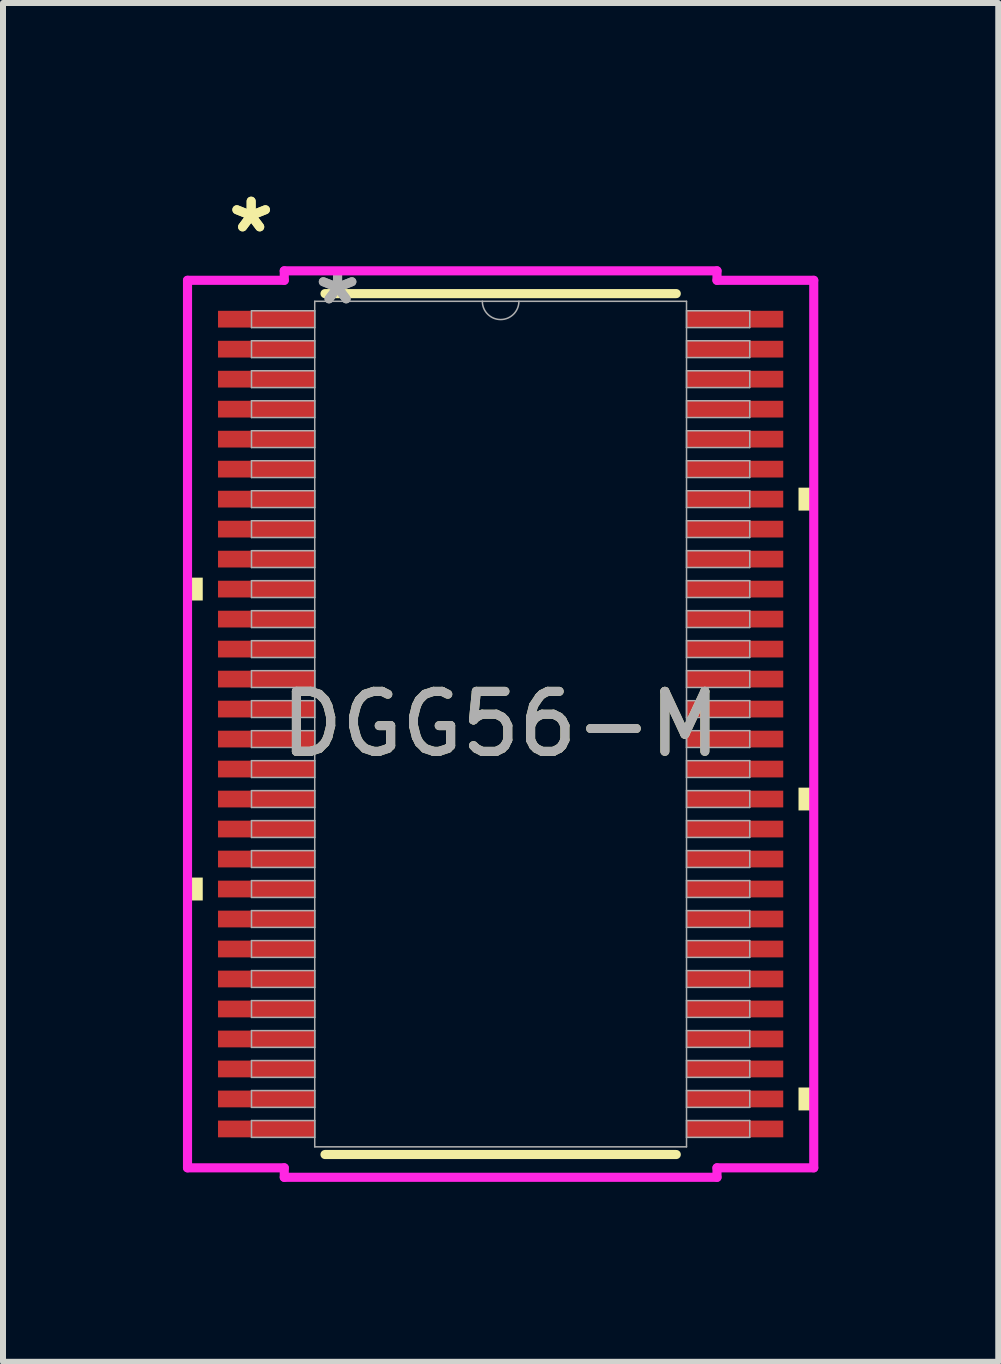
<source format=kicad_pcb>
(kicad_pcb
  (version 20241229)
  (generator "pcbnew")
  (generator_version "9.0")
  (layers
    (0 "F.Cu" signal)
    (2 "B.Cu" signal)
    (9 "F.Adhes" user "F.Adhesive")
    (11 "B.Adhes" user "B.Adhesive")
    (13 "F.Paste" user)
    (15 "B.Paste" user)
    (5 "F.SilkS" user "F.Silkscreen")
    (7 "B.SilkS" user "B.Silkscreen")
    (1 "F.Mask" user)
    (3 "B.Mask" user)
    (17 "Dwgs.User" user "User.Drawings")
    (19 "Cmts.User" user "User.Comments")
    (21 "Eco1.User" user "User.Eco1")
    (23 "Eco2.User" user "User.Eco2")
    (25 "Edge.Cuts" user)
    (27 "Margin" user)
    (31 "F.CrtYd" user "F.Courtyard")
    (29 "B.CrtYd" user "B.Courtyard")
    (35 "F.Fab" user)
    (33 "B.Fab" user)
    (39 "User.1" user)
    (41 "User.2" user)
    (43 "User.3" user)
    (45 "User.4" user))
  (footprint "DGG56-M"
    (layer "F.Cu")
    (at 5.296 9.021)
    (property "Reference" "DGG56-M" (at 0 0 0) (unlocked yes) (layer "F.SilkS") (effects (font (size 1 1) (thickness 0.15))))
    (attr smd)
    (fp_line (start -2.928 7.176) (end 2.928 7.176) (stroke (width 0.152) (type solid)) (layer "F.SilkS"))
    (fp_line (start 2.928 -7.176) (end -2.928 -7.176) (stroke (width 0.152) (type solid)) (layer "F.SilkS"))
    (fp_poly (pts (xy -5.22 -2.441) (xy -5.22 -2.06) (xy -4.966 -2.06) (xy -4.966 -2.441)) (stroke (width 0) (type solid)) (fill yes) (layer "F.SilkS"))
    (fp_poly (pts (xy -5.22 2.559) (xy -5.22 2.941) (xy -4.966 2.941) (xy -4.966 2.559)) (stroke (width 0) (type solid)) (fill yes) (layer "F.SilkS"))
    (fp_poly (pts (xy 5.22 -3.941) (xy 5.22 -3.559) (xy 4.966 -3.559) (xy 4.966 -3.941)) (stroke (width 0) (type solid)) (fill yes) (layer "F.SilkS"))
    (fp_poly (pts (xy 5.22 1.06) (xy 5.22 1.44) (xy 4.966 1.44) (xy 4.966 1.06)) (stroke (width 0) (type solid)) (fill yes) (layer "F.SilkS"))
    (fp_poly (pts (xy 5.22 6.059) (xy 5.22 6.441) (xy 4.966 6.441) (xy 4.966 6.059)) (stroke (width 0) (type solid)) (fill yes) (layer "F.SilkS"))
    (fp_line (start -5.22 -7.398) (end -3.607 -7.398) (stroke (width 0.152) (type solid)) (layer "F.CrtYd"))
    (fp_line (start -5.22 7.398) (end -5.22 -7.398) (stroke (width 0.152) (type solid)) (layer "F.CrtYd"))
    (fp_line (start -5.22 7.398) (end -3.607 7.398) (stroke (width 0.152) (type solid)) (layer "F.CrtYd"))
    (fp_line (start -3.607 -7.556) (end 3.607 -7.556) (stroke (width 0.152) (type solid)) (layer "F.CrtYd"))
    (fp_line (start -3.607 -7.398) (end -3.607 -7.556) (stroke (width 0.152) (type solid)) (layer "F.CrtYd"))
    (fp_line (start -3.607 7.556) (end -3.607 7.398) (stroke (width 0.152) (type solid)) (layer "F.CrtYd"))
    (fp_line (start 3.607 -7.556) (end 3.607 -7.398) (stroke (width 0.152) (type solid)) (layer "F.CrtYd"))
    (fp_line (start 3.607 7.398) (end 3.607 7.556) (stroke (width 0.152) (type solid)) (layer "F.CrtYd"))
    (fp_line (start 3.607 7.556) (end -3.607 7.556) (stroke (width 0.152) (type solid)) (layer "F.CrtYd"))
    (fp_line (start 5.22 -7.398) (end 3.607 -7.398) (stroke (width 0.152) (type solid)) (layer "F.CrtYd"))
    (fp_line (start 5.22 -7.398) (end 5.22 7.398) (stroke (width 0.152) (type solid)) (layer "F.CrtYd"))
    (fp_line (start 5.22 7.398) (end 3.607 7.398) (stroke (width 0.152) (type solid)) (layer "F.CrtYd"))
    (fp_line (start -4.153 -6.89) (end -4.153 -6.61) (stroke (width 0.025) (type solid)) (layer "F.Fab"))
    (fp_line (start -4.153 -6.61) (end -3.099 -6.61) (stroke (width 0.025) (type solid)) (layer "F.Fab"))
    (fp_line (start -4.153 -6.39) (end -4.153 -6.11) (stroke (width 0.025) (type solid)) (layer "F.Fab"))
    (fp_line (start -4.153 -6.11) (end -3.099 -6.11) (stroke (width 0.025) (type solid)) (layer "F.Fab"))
    (fp_line (start -4.153 -5.89) (end -4.153 -5.61) (stroke (width 0.025) (type solid)) (layer "F.Fab"))
    (fp_line (start -4.153 -5.61) (end -3.099 -5.61) (stroke (width 0.025) (type solid)) (layer "F.Fab"))
    (fp_line (start -4.153 -5.39) (end -4.153 -5.11) (stroke (width 0.025) (type solid)) (layer "F.Fab"))
    (fp_line (start -4.153 -5.11) (end -3.099 -5.11) (stroke (width 0.025) (type solid)) (layer "F.Fab"))
    (fp_line (start -4.153 -4.89) (end -4.153 -4.61) (stroke (width 0.025) (type solid)) (layer "F.Fab"))
    (fp_line (start -4.153 -4.61) (end -3.099 -4.61) (stroke (width 0.025) (type solid)) (layer "F.Fab"))
    (fp_line (start -4.153 -4.39) (end -4.153 -4.11) (stroke (width 0.025) (type solid)) (layer "F.Fab"))
    (fp_line (start -4.153 -4.11) (end -3.099 -4.11) (stroke (width 0.025) (type solid)) (layer "F.Fab"))
    (fp_line (start -4.153 -3.89) (end -4.153 -3.61) (stroke (width 0.025) (type solid)) (layer "F.Fab"))
    (fp_line (start -4.153 -3.61) (end -3.099 -3.61) (stroke (width 0.025) (type solid)) (layer "F.Fab"))
    (fp_line (start -4.153 -3.39) (end -4.153 -3.11) (stroke (width 0.025) (type solid)) (layer "F.Fab"))
    (fp_line (start -4.153 -3.11) (end -3.099 -3.11) (stroke (width 0.025) (type solid)) (layer "F.Fab"))
    (fp_line (start -4.153 -2.89) (end -4.153 -2.61) (stroke (width 0.025) (type solid)) (layer "F.Fab"))
    (fp_line (start -4.153 -2.61) (end -3.099 -2.61) (stroke (width 0.025) (type solid)) (layer "F.Fab"))
    (fp_line (start -4.153 -2.39) (end -4.153 -2.11) (stroke (width 0.025) (type solid)) (layer "F.Fab"))
    (fp_line (start -4.153 -2.11) (end -3.099 -2.11) (stroke (width 0.025) (type solid)) (layer "F.Fab"))
    (fp_line (start -4.153 -1.89) (end -4.153 -1.61) (stroke (width 0.025) (type solid)) (layer "F.Fab"))
    (fp_line (start -4.153 -1.61) (end -3.099 -1.61) (stroke (width 0.025) (type solid)) (layer "F.Fab"))
    (fp_line (start -4.153 -1.39) (end -4.153 -1.11) (stroke (width 0.025) (type solid)) (layer "F.Fab"))
    (fp_line (start -4.153 -1.11) (end -3.099 -1.11) (stroke (width 0.025) (type solid)) (layer "F.Fab"))
    (fp_line (start -4.153 -0.89) (end -4.153 -0.61) (stroke (width 0.025) (type solid)) (layer "F.Fab"))
    (fp_line (start -4.153 -0.61) (end -3.099 -0.61) (stroke (width 0.025) (type solid)) (layer "F.Fab"))
    (fp_line (start -4.153 -0.39) (end -4.153 -0.11) (stroke (width 0.025) (type solid)) (layer "F.Fab"))
    (fp_line (start -4.153 -0.11) (end -3.099 -0.11) (stroke (width 0.025) (type solid)) (layer "F.Fab"))
    (fp_line (start -4.153 0.11) (end -4.153 0.39) (stroke (width 0.025) (type solid)) (layer "F.Fab"))
    (fp_line (start -4.153 0.39) (end -3.099 0.39) (stroke (width 0.025) (type solid)) (layer "F.Fab"))
    (fp_line (start -4.153 0.61) (end -4.153 0.89) (stroke (width 0.025) (type solid)) (layer "F.Fab"))
    (fp_line (start -4.153 0.89) (end -3.099 0.89) (stroke (width 0.025) (type solid)) (layer "F.Fab"))
    (fp_line (start -4.153 1.11) (end -4.153 1.39) (stroke (width 0.025) (type solid)) (layer "F.Fab"))
    (fp_line (start -4.153 1.39) (end -3.099 1.39) (stroke (width 0.025) (type solid)) (layer "F.Fab"))
    (fp_line (start -4.153 1.61) (end -4.153 1.89) (stroke (width 0.025) (type solid)) (layer "F.Fab"))
    (fp_line (start -4.153 1.89) (end -3.099 1.89) (stroke (width 0.025) (type solid)) (layer "F.Fab"))
    (fp_line (start -4.153 2.11) (end -4.153 2.39) (stroke (width 0.025) (type solid)) (layer "F.Fab"))
    (fp_line (start -4.153 2.39) (end -3.099 2.39) (stroke (width 0.025) (type solid)) (layer "F.Fab"))
    (fp_line (start -4.153 2.61) (end -4.153 2.89) (stroke (width 0.025) (type solid)) (layer "F.Fab"))
    (fp_line (start -4.153 2.89) (end -3.099 2.89) (stroke (width 0.025) (type solid)) (layer "F.Fab"))
    (fp_line (start -4.153 3.11) (end -4.153 3.39) (stroke (width 0.025) (type solid)) (layer "F.Fab"))
    (fp_line (start -4.153 3.39) (end -3.099 3.39) (stroke (width 0.025) (type solid)) (layer "F.Fab"))
    (fp_line (start -4.153 3.61) (end -4.153 3.89) (stroke (width 0.025) (type solid)) (layer "F.Fab"))
    (fp_line (start -4.153 3.89) (end -3.099 3.89) (stroke (width 0.025) (type solid)) (layer "F.Fab"))
    (fp_line (start -4.153 4.11) (end -4.153 4.39) (stroke (width 0.025) (type solid)) (layer "F.Fab"))
    (fp_line (start -4.153 4.39) (end -3.099 4.39) (stroke (width 0.025) (type solid)) (layer "F.Fab"))
    (fp_line (start -4.153 4.61) (end -4.153 4.89) (stroke (width 0.025) (type solid)) (layer "F.Fab"))
    (fp_line (start -4.153 4.89) (end -3.099 4.89) (stroke (width 0.025) (type solid)) (layer "F.Fab"))
    (fp_line (start -4.153 5.11) (end -4.153 5.39) (stroke (width 0.025) (type solid)) (layer "F.Fab"))
    (fp_line (start -4.153 5.39) (end -3.099 5.39) (stroke (width 0.025) (type solid)) (layer "F.Fab"))
    (fp_line (start -4.153 5.61) (end -4.153 5.89) (stroke (width 0.025) (type solid)) (layer "F.Fab"))
    (fp_line (start -4.153 5.89) (end -3.099 5.89) (stroke (width 0.025) (type solid)) (layer "F.Fab"))
    (fp_line (start -4.153 6.11) (end -4.153 6.39) (stroke (width 0.025) (type solid)) (layer "F.Fab"))
    (fp_line (start -4.153 6.39) (end -3.099 6.39) (stroke (width 0.025) (type solid)) (layer "F.Fab"))
    (fp_line (start -4.153 6.61) (end -4.153 6.89) (stroke (width 0.025) (type solid)) (layer "F.Fab"))
    (fp_line (start -4.153 6.89) (end -3.099 6.89) (stroke (width 0.025) (type solid)) (layer "F.Fab"))
    (fp_line (start -3.099 -7.048) (end -3.099 7.048) (stroke (width 0.025) (type solid)) (layer "F.Fab"))
    (fp_line (start -3.099 -6.89) (end -4.153 -6.89) (stroke (width 0.025) (type solid)) (layer "F.Fab"))
    (fp_line (start -3.099 -6.61) (end -3.099 -6.89) (stroke (width 0.025) (type solid)) (layer "F.Fab"))
    (fp_line (start -3.099 -6.39) (end -4.153 -6.39) (stroke (width 0.025) (type solid)) (layer "F.Fab"))
    (fp_line (start -3.099 -6.11) (end -3.099 -6.39) (stroke (width 0.025) (type solid)) (layer "F.Fab"))
    (fp_line (start -3.099 -5.89) (end -4.153 -5.89) (stroke (width 0.025) (type solid)) (layer "F.Fab"))
    (fp_line (start -3.099 -5.61) (end -3.099 -5.89) (stroke (width 0.025) (type solid)) (layer "F.Fab"))
    (fp_line (start -3.099 -5.39) (end -4.153 -5.39) (stroke (width 0.025) (type solid)) (layer "F.Fab"))
    (fp_line (start -3.099 -5.11) (end -3.099 -5.39) (stroke (width 0.025) (type solid)) (layer "F.Fab"))
    (fp_line (start -3.099 -4.89) (end -4.153 -4.89) (stroke (width 0.025) (type solid)) (layer "F.Fab"))
    (fp_line (start -3.099 -4.61) (end -3.099 -4.89) (stroke (width 0.025) (type solid)) (layer "F.Fab"))
    (fp_line (start -3.099 -4.39) (end -4.153 -4.39) (stroke (width 0.025) (type solid)) (layer "F.Fab"))
    (fp_line (start -3.099 -4.11) (end -3.099 -4.39) (stroke (width 0.025) (type solid)) (layer "F.Fab"))
    (fp_line (start -3.099 -3.89) (end -4.153 -3.89) (stroke (width 0.025) (type solid)) (layer "F.Fab"))
    (fp_line (start -3.099 -3.61) (end -3.099 -3.89) (stroke (width 0.025) (type solid)) (layer "F.Fab"))
    (fp_line (start -3.099 -3.39) (end -4.153 -3.39) (stroke (width 0.025) (type solid)) (layer "F.Fab"))
    (fp_line (start -3.099 -3.11) (end -3.099 -3.39) (stroke (width 0.025) (type solid)) (layer "F.Fab"))
    (fp_line (start -3.099 -2.89) (end -4.153 -2.89) (stroke (width 0.025) (type solid)) (layer "F.Fab"))
    (fp_line (start -3.099 -2.61) (end -3.099 -2.89) (stroke (width 0.025) (type solid)) (layer "F.Fab"))
    (fp_line (start -3.099 -2.39) (end -4.153 -2.39) (stroke (width 0.025) (type solid)) (layer "F.Fab"))
    (fp_line (start -3.099 -2.11) (end -3.099 -2.39) (stroke (width 0.025) (type solid)) (layer "F.Fab"))
    (fp_line (start -3.099 -1.89) (end -4.153 -1.89) (stroke (width 0.025) (type solid)) (layer "F.Fab"))
    (fp_line (start -3.099 -1.61) (end -3.099 -1.89) (stroke (width 0.025) (type solid)) (layer "F.Fab"))
    (fp_line (start -3.099 -1.39) (end -4.153 -1.39) (stroke (width 0.025) (type solid)) (layer "F.Fab"))
    (fp_line (start -3.099 -1.11) (end -3.099 -1.39) (stroke (width 0.025) (type solid)) (layer "F.Fab"))
    (fp_line (start -3.099 -0.89) (end -4.153 -0.89) (stroke (width 0.025) (type solid)) (layer "F.Fab"))
    (fp_line (start -3.099 -0.61) (end -3.099 -0.89) (stroke (width 0.025) (type solid)) (layer "F.Fab"))
    (fp_line (start -3.099 -0.39) (end -4.153 -0.39) (stroke (width 0.025) (type solid)) (layer "F.Fab"))
    (fp_line (start -3.099 -0.11) (end -3.099 -0.39) (stroke (width 0.025) (type solid)) (layer "F.Fab"))
    (fp_line (start -3.099 0.11) (end -4.153 0.11) (stroke (width 0.025) (type solid)) (layer "F.Fab"))
    (fp_line (start -3.099 0.39) (end -3.099 0.11) (stroke (width 0.025) (type solid)) (layer "F.Fab"))
    (fp_line (start -3.099 0.61) (end -4.153 0.61) (stroke (width 0.025) (type solid)) (layer "F.Fab"))
    (fp_line (start -3.099 0.89) (end -3.099 0.61) (stroke (width 0.025) (type solid)) (layer "F.Fab"))
    (fp_line (start -3.099 1.11) (end -4.153 1.11) (stroke (width 0.025) (type solid)) (layer "F.Fab"))
    (fp_line (start -3.099 1.39) (end -3.099 1.11) (stroke (width 0.025) (type solid)) (layer "F.Fab"))
    (fp_line (start -3.099 1.61) (end -4.153 1.61) (stroke (width 0.025) (type solid)) (layer "F.Fab"))
    (fp_line (start -3.099 1.89) (end -3.099 1.61) (stroke (width 0.025) (type solid)) (layer "F.Fab"))
    (fp_line (start -3.099 2.11) (end -4.153 2.11) (stroke (width 0.025) (type solid)) (layer "F.Fab"))
    (fp_line (start -3.099 2.39) (end -3.099 2.11) (stroke (width 0.025) (type solid)) (layer "F.Fab"))
    (fp_line (start -3.099 2.61) (end -4.153 2.61) (stroke (width 0.025) (type solid)) (layer "F.Fab"))
    (fp_line (start -3.099 2.89) (end -3.099 2.61) (stroke (width 0.025) (type solid)) (layer "F.Fab"))
    (fp_line (start -3.099 3.11) (end -4.153 3.11) (stroke (width 0.025) (type solid)) (layer "F.Fab"))
    (fp_line (start -3.099 3.39) (end -3.099 3.11) (stroke (width 0.025) (type solid)) (layer "F.Fab"))
    (fp_line (start -3.099 3.61) (end -4.153 3.61) (stroke (width 0.025) (type solid)) (layer "F.Fab"))
    (fp_line (start -3.099 3.89) (end -3.099 3.61) (stroke (width 0.025) (type solid)) (layer "F.Fab"))
    (fp_line (start -3.099 4.11) (end -4.153 4.11) (stroke (width 0.025) (type solid)) (layer "F.Fab"))
    (fp_line (start -3.099 4.39) (end -3.099 4.11) (stroke (width 0.025) (type solid)) (layer "F.Fab"))
    (fp_line (start -3.099 4.61) (end -4.153 4.61) (stroke (width 0.025) (type solid)) (layer "F.Fab"))
    (fp_line (start -3.099 4.89) (end -3.099 4.61) (stroke (width 0.025) (type solid)) (layer "F.Fab"))
    (fp_line (start -3.099 5.11) (end -4.153 5.11) (stroke (width 0.025) (type solid)) (layer "F.Fab"))
    (fp_line (start -3.099 5.39) (end -3.099 5.11) (stroke (width 0.025) (type solid)) (layer "F.Fab"))
    (fp_line (start -3.099 5.61) (end -4.153 5.61) (stroke (width 0.025) (type solid)) (layer "F.Fab"))
    (fp_line (start -3.099 5.89) (end -3.099 5.61) (stroke (width 0.025) (type solid)) (layer "F.Fab"))
    (fp_line (start -3.099 6.11) (end -4.153 6.11) (stroke (width 0.025) (type solid)) (layer "F.Fab"))
    (fp_line (start -3.099 6.39) (end -3.099 6.11) (stroke (width 0.025) (type solid)) (layer "F.Fab"))
    (fp_line (start -3.099 6.61) (end -4.153 6.61) (stroke (width 0.025) (type solid)) (layer "F.Fab"))
    (fp_line (start -3.099 6.89) (end -3.099 6.61) (stroke (width 0.025) (type solid)) (layer "F.Fab"))
    (fp_line (start -3.099 7.048) (end 3.099 7.048) (stroke (width 0.025) (type solid)) (layer "F.Fab"))
    (fp_line (start 3.099 -7.048) (end -3.099 -7.048) (stroke (width 0.025) (type solid)) (layer "F.Fab"))
    (fp_line (start 3.099 -6.89) (end 3.099 -6.61) (stroke (width 0.025) (type solid)) (layer "F.Fab"))
    (fp_line (start 3.099 -6.61) (end 4.153 -6.61) (stroke (width 0.025) (type solid)) (layer "F.Fab"))
    (fp_line (start 3.099 -6.39) (end 3.099 -6.11) (stroke (width 0.025) (type solid)) (layer "F.Fab"))
    (fp_line (start 3.099 -6.11) (end 4.153 -6.11) (stroke (width 0.025) (type solid)) (layer "F.Fab"))
    (fp_line (start 3.099 -5.89) (end 3.099 -5.61) (stroke (width 0.025) (type solid)) (layer "F.Fab"))
    (fp_line (start 3.099 -5.61) (end 4.153 -5.61) (stroke (width 0.025) (type solid)) (layer "F.Fab"))
    (fp_line (start 3.099 -5.39) (end 3.099 -5.11) (stroke (width 0.025) (type solid)) (layer "F.Fab"))
    (fp_line (start 3.099 -5.11) (end 4.153 -5.11) (stroke (width 0.025) (type solid)) (layer "F.Fab"))
    (fp_line (start 3.099 -4.89) (end 3.099 -4.61) (stroke (width 0.025) (type solid)) (layer "F.Fab"))
    (fp_line (start 3.099 -4.61) (end 4.153 -4.61) (stroke (width 0.025) (type solid)) (layer "F.Fab"))
    (fp_line (start 3.099 -4.39) (end 3.099 -4.11) (stroke (width 0.025) (type solid)) (layer "F.Fab"))
    (fp_line (start 3.099 -4.11) (end 4.153 -4.11) (stroke (width 0.025) (type solid)) (layer "F.Fab"))
    (fp_line (start 3.099 -3.89) (end 3.099 -3.61) (stroke (width 0.025) (type solid)) (layer "F.Fab"))
    (fp_line (start 3.099 -3.61) (end 4.153 -3.61) (stroke (width 0.025) (type solid)) (layer "F.Fab"))
    (fp_line (start 3.099 -3.39) (end 3.099 -3.11) (stroke (width 0.025) (type solid)) (layer "F.Fab"))
    (fp_line (start 3.099 -3.11) (end 4.153 -3.11) (stroke (width 0.025) (type solid)) (layer "F.Fab"))
    (fp_line (start 3.099 -2.89) (end 3.099 -2.61) (stroke (width 0.025) (type solid)) (layer "F.Fab"))
    (fp_line (start 3.099 -2.61) (end 4.153 -2.61) (stroke (width 0.025) (type solid)) (layer "F.Fab"))
    (fp_line (start 3.099 -2.39) (end 3.099 -2.11) (stroke (width 0.025) (type solid)) (layer "F.Fab"))
    (fp_line (start 3.099 -2.11) (end 4.153 -2.11) (stroke (width 0.025) (type solid)) (layer "F.Fab"))
    (fp_line (start 3.099 -1.89) (end 3.099 -1.61) (stroke (width 0.025) (type solid)) (layer "F.Fab"))
    (fp_line (start 3.099 -1.61) (end 4.153 -1.61) (stroke (width 0.025) (type solid)) (layer "F.Fab"))
    (fp_line (start 3.099 -1.39) (end 3.099 -1.11) (stroke (width 0.025) (type solid)) (layer "F.Fab"))
    (fp_line (start 3.099 -1.11) (end 4.153 -1.11) (stroke (width 0.025) (type solid)) (layer "F.Fab"))
    (fp_line (start 3.099 -0.89) (end 3.099 -0.61) (stroke (width 0.025) (type solid)) (layer "F.Fab"))
    (fp_line (start 3.099 -0.61) (end 4.153 -0.61) (stroke (width 0.025) (type solid)) (layer "F.Fab"))
    (fp_line (start 3.099 -0.39) (end 3.099 -0.11) (stroke (width 0.025) (type solid)) (layer "F.Fab"))
    (fp_line (start 3.099 -0.11) (end 4.153 -0.11) (stroke (width 0.025) (type solid)) (layer "F.Fab"))
    (fp_line (start 3.099 0.11) (end 3.099 0.39) (stroke (width 0.025) (type solid)) (layer "F.Fab"))
    (fp_line (start 3.099 0.39) (end 4.153 0.39) (stroke (width 0.025) (type solid)) (layer "F.Fab"))
    (fp_line (start 3.099 0.61) (end 3.099 0.89) (stroke (width 0.025) (type solid)) (layer "F.Fab"))
    (fp_line (start 3.099 0.89) (end 4.153 0.89) (stroke (width 0.025) (type solid)) (layer "F.Fab"))
    (fp_line (start 3.099 1.11) (end 3.099 1.39) (stroke (width 0.025) (type solid)) (layer "F.Fab"))
    (fp_line (start 3.099 1.39) (end 4.153 1.39) (stroke (width 0.025) (type solid)) (layer "F.Fab"))
    (fp_line (start 3.099 1.61) (end 3.099 1.89) (stroke (width 0.025) (type solid)) (layer "F.Fab"))
    (fp_line (start 3.099 1.89) (end 4.153 1.89) (stroke (width 0.025) (type solid)) (layer "F.Fab"))
    (fp_line (start 3.099 2.11) (end 3.099 2.39) (stroke (width 0.025) (type solid)) (layer "F.Fab"))
    (fp_line (start 3.099 2.39) (end 4.153 2.39) (stroke (width 0.025) (type solid)) (layer "F.Fab"))
    (fp_line (start 3.099 2.61) (end 3.099 2.89) (stroke (width 0.025) (type solid)) (layer "F.Fab"))
    (fp_line (start 3.099 2.89) (end 4.153 2.89) (stroke (width 0.025) (type solid)) (layer "F.Fab"))
    (fp_line (start 3.099 3.11) (end 3.099 3.39) (stroke (width 0.025) (type solid)) (layer "F.Fab"))
    (fp_line (start 3.099 3.39) (end 4.153 3.39) (stroke (width 0.025) (type solid)) (layer "F.Fab"))
    (fp_line (start 3.099 3.61) (end 3.099 3.89) (stroke (width 0.025) (type solid)) (layer "F.Fab"))
    (fp_line (start 3.099 3.89) (end 4.153 3.89) (stroke (width 0.025) (type solid)) (layer "F.Fab"))
    (fp_line (start 3.099 4.11) (end 3.099 4.39) (stroke (width 0.025) (type solid)) (layer "F.Fab"))
    (fp_line (start 3.099 4.39) (end 4.153 4.39) (stroke (width 0.025) (type solid)) (layer "F.Fab"))
    (fp_line (start 3.099 4.61) (end 3.099 4.89) (stroke (width 0.025) (type solid)) (layer "F.Fab"))
    (fp_line (start 3.099 4.89) (end 4.153 4.89) (stroke (width 0.025) (type solid)) (layer "F.Fab"))
    (fp_line (start 3.099 5.11) (end 3.099 5.39) (stroke (width 0.025) (type solid)) (layer "F.Fab"))
    (fp_line (start 3.099 5.39) (end 4.153 5.39) (stroke (width 0.025) (type solid)) (layer "F.Fab"))
    (fp_line (start 3.099 5.61) (end 3.099 5.89) (stroke (width 0.025) (type solid)) (layer "F.Fab"))
    (fp_line (start 3.099 5.89) (end 4.153 5.89) (stroke (width 0.025) (type solid)) (layer "F.Fab"))
    (fp_line (start 3.099 6.11) (end 3.099 6.39) (stroke (width 0.025) (type solid)) (layer "F.Fab"))
    (fp_line (start 3.099 6.39) (end 4.153 6.39) (stroke (width 0.025) (type solid)) (layer "F.Fab"))
    (fp_line (start 3.099 6.61) (end 3.099 6.89) (stroke (width 0.025) (type solid)) (layer "F.Fab"))
    (fp_line (start 3.099 6.89) (end 4.153 6.89) (stroke (width 0.025) (type solid)) (layer "F.Fab"))
    (fp_line (start 3.099 7.048) (end 3.099 -7.048) (stroke (width 0.025) (type solid)) (layer "F.Fab"))
    (fp_line (start 4.153 -6.89) (end 3.099 -6.89) (stroke (width 0.025) (type solid)) (layer "F.Fab"))
    (fp_line (start 4.153 -6.61) (end 4.153 -6.89) (stroke (width 0.025) (type solid)) (layer "F.Fab"))
    (fp_line (start 4.153 -6.39) (end 3.099 -6.39) (stroke (width 0.025) (type solid)) (layer "F.Fab"))
    (fp_line (start 4.153 -6.11) (end 4.153 -6.39) (stroke (width 0.025) (type solid)) (layer "F.Fab"))
    (fp_line (start 4.153 -5.89) (end 3.099 -5.89) (stroke (width 0.025) (type solid)) (layer "F.Fab"))
    (fp_line (start 4.153 -5.61) (end 4.153 -5.89) (stroke (width 0.025) (type solid)) (layer "F.Fab"))
    (fp_line (start 4.153 -5.39) (end 3.099 -5.39) (stroke (width 0.025) (type solid)) (layer "F.Fab"))
    (fp_line (start 4.153 -5.11) (end 4.153 -5.39) (stroke (width 0.025) (type solid)) (layer "F.Fab"))
    (fp_line (start 4.153 -4.89) (end 3.099 -4.89) (stroke (width 0.025) (type solid)) (layer "F.Fab"))
    (fp_line (start 4.153 -4.61) (end 4.153 -4.89) (stroke (width 0.025) (type solid)) (layer "F.Fab"))
    (fp_line (start 4.153 -4.39) (end 3.099 -4.39) (stroke (width 0.025) (type solid)) (layer "F.Fab"))
    (fp_line (start 4.153 -4.11) (end 4.153 -4.39) (stroke (width 0.025) (type solid)) (layer "F.Fab"))
    (fp_line (start 4.153 -3.89) (end 3.099 -3.89) (stroke (width 0.025) (type solid)) (layer "F.Fab"))
    (fp_line (start 4.153 -3.61) (end 4.153 -3.89) (stroke (width 0.025) (type solid)) (layer "F.Fab"))
    (fp_line (start 4.153 -3.39) (end 3.099 -3.39) (stroke (width 0.025) (type solid)) (layer "F.Fab"))
    (fp_line (start 4.153 -3.11) (end 4.153 -3.39) (stroke (width 0.025) (type solid)) (layer "F.Fab"))
    (fp_line (start 4.153 -2.89) (end 3.099 -2.89) (stroke (width 0.025) (type solid)) (layer "F.Fab"))
    (fp_line (start 4.153 -2.61) (end 4.153 -2.89) (stroke (width 0.025) (type solid)) (layer "F.Fab"))
    (fp_line (start 4.153 -2.39) (end 3.099 -2.39) (stroke (width 0.025) (type solid)) (layer "F.Fab"))
    (fp_line (start 4.153 -2.11) (end 4.153 -2.39) (stroke (width 0.025) (type solid)) (layer "F.Fab"))
    (fp_line (start 4.153 -1.89) (end 3.099 -1.89) (stroke (width 0.025) (type solid)) (layer "F.Fab"))
    (fp_line (start 4.153 -1.61) (end 4.153 -1.89) (stroke (width 0.025) (type solid)) (layer "F.Fab"))
    (fp_line (start 4.153 -1.39) (end 3.099 -1.39) (stroke (width 0.025) (type solid)) (layer "F.Fab"))
    (fp_line (start 4.153 -1.11) (end 4.153 -1.39) (stroke (width 0.025) (type solid)) (layer "F.Fab"))
    (fp_line (start 4.153 -0.89) (end 3.099 -0.89) (stroke (width 0.025) (type solid)) (layer "F.Fab"))
    (fp_line (start 4.153 -0.61) (end 4.153 -0.89) (stroke (width 0.025) (type solid)) (layer "F.Fab"))
    (fp_line (start 4.153 -0.39) (end 3.099 -0.39) (stroke (width 0.025) (type solid)) (layer "F.Fab"))
    (fp_line (start 4.153 -0.11) (end 4.153 -0.39) (stroke (width 0.025) (type solid)) (layer "F.Fab"))
    (fp_line (start 4.153 0.11) (end 3.099 0.11) (stroke (width 0.025) (type solid)) (layer "F.Fab"))
    (fp_line (start 4.153 0.39) (end 4.153 0.11) (stroke (width 0.025) (type solid)) (layer "F.Fab"))
    (fp_line (start 4.153 0.61) (end 3.099 0.61) (stroke (width 0.025) (type solid)) (layer "F.Fab"))
    (fp_line (start 4.153 0.89) (end 4.153 0.61) (stroke (width 0.025) (type solid)) (layer "F.Fab"))
    (fp_line (start 4.153 1.11) (end 3.099 1.11) (stroke (width 0.025) (type solid)) (layer "F.Fab"))
    (fp_line (start 4.153 1.39) (end 4.153 1.11) (stroke (width 0.025) (type solid)) (layer "F.Fab"))
    (fp_line (start 4.153 1.61) (end 3.099 1.61) (stroke (width 0.025) (type solid)) (layer "F.Fab"))
    (fp_line (start 4.153 1.89) (end 4.153 1.61) (stroke (width 0.025) (type solid)) (layer "F.Fab"))
    (fp_line (start 4.153 2.11) (end 3.099 2.11) (stroke (width 0.025) (type solid)) (layer "F.Fab"))
    (fp_line (start 4.153 2.39) (end 4.153 2.11) (stroke (width 0.025) (type solid)) (layer "F.Fab"))
    (fp_line (start 4.153 2.61) (end 3.099 2.61) (stroke (width 0.025) (type solid)) (layer "F.Fab"))
    (fp_line (start 4.153 2.89) (end 4.153 2.61) (stroke (width 0.025) (type solid)) (layer "F.Fab"))
    (fp_line (start 4.153 3.11) (end 3.099 3.11) (stroke (width 0.025) (type solid)) (layer "F.Fab"))
    (fp_line (start 4.153 3.39) (end 4.153 3.11) (stroke (width 0.025) (type solid)) (layer "F.Fab"))
    (fp_line (start 4.153 3.61) (end 3.099 3.61) (stroke (width 0.025) (type solid)) (layer "F.Fab"))
    (fp_line (start 4.153 3.89) (end 4.153 3.61) (stroke (width 0.025) (type solid)) (layer "F.Fab"))
    (fp_line (start 4.153 4.11) (end 3.099 4.11) (stroke (width 0.025) (type solid)) (layer "F.Fab"))
    (fp_line (start 4.153 4.39) (end 4.153 4.11) (stroke (width 0.025) (type solid)) (layer "F.Fab"))
    (fp_line (start 4.153 4.61) (end 3.099 4.61) (stroke (width 0.025) (type solid)) (layer "F.Fab"))
    (fp_line (start 4.153 4.89) (end 4.153 4.61) (stroke (width 0.025) (type solid)) (layer "F.Fab"))
    (fp_line (start 4.153 5.11) (end 3.099 5.11) (stroke (width 0.025) (type solid)) (layer "F.Fab"))
    (fp_line (start 4.153 5.39) (end 4.153 5.11) (stroke (width 0.025) (type solid)) (layer "F.Fab"))
    (fp_line (start 4.153 5.61) (end 3.099 5.61) (stroke (width 0.025) (type solid)) (layer "F.Fab"))
    (fp_line (start 4.153 5.89) (end 4.153 5.61) (stroke (width 0.025) (type solid)) (layer "F.Fab"))
    (fp_line (start 4.153 6.11) (end 3.099 6.11) (stroke (width 0.025) (type solid)) (layer "F.Fab"))
    (fp_line (start 4.153 6.39) (end 4.153 6.11) (stroke (width 0.025) (type solid)) (layer "F.Fab"))
    (fp_line (start 4.153 6.61) (end 3.099 6.61) (stroke (width 0.025) (type solid)) (layer "F.Fab"))
    (fp_line (start 4.153 6.89) (end 4.153 6.61) (stroke (width 0.025) (type solid)) (layer "F.Fab"))
    (fp_arc (start 0.3048 -7.0485) (mid 0 -6.7437) (end -0.3048 -7.0485) (stroke (width 0.0254) (type solid)) (layer "F.Fab"))
    (fp_text user "*" (at -4.159 -8.172 0) (layer "F.SilkS") (effects (font (size 1 1) (thickness 0.15))))
    (fp_text user "*" (at -4.159 -8.172 0) (unlocked yes) (layer "F.SilkS") (effects (font (size 1 1) (thickness 0.15))))
    (fp_text user "*" (at -2.718 -6.972 0) (unlocked yes) (layer "F.Fab") (effects (font (size 1 1) (thickness 0.15))))
    (fp_text user "${REFERENCE}" (at 0 0 0) (unlocked yes) (layer "F.Fab") (effects (font (size 1 1) (thickness 0.15))))
    (fp_text user "*" (at -2.718 -6.972 0) (layer "F.Fab") (effects (font (size 1 1) (thickness 0.15))))
    (pad "1" smd rect (at -3.905 -6.75) (size 1.613 0.279) (layers "F.Cu" "F.Mask" "F.Paste"))
    (pad "2" smd rect (at -3.905 -6.25) (size 1.613 0.279) (layers "F.Cu" "F.Mask" "F.Paste"))
    (pad "3" smd rect (at -3.905 -5.75) (size 1.613 0.279) (layers "F.Cu" "F.Mask" "F.Paste"))
    (pad "4" smd rect (at -3.905 -5.25) (size 1.613 0.279) (layers "F.Cu" "F.Mask" "F.Paste"))
    (pad "5" smd rect (at -3.905 -4.75) (size 1.613 0.279) (layers "F.Cu" "F.Mask" "F.Paste"))
    (pad "6" smd rect (at -3.905 -4.25) (size 1.613 0.279) (layers "F.Cu" "F.Mask" "F.Paste"))
    (pad "7" smd rect (at -3.905 -3.75) (size 1.613 0.279) (layers "F.Cu" "F.Mask" "F.Paste"))
    (pad "8" smd rect (at -3.905 -3.25) (size 1.613 0.279) (layers "F.Cu" "F.Mask" "F.Paste"))
    (pad "9" smd rect (at -3.905 -2.75) (size 1.613 0.279) (layers "F.Cu" "F.Mask" "F.Paste"))
    (pad "10" smd rect (at -3.905 -2.25) (size 1.613 0.279) (layers "F.Cu" "F.Mask" "F.Paste"))
    (pad "11" smd rect (at -3.905 -1.75) (size 1.613 0.279) (layers "F.Cu" "F.Mask" "F.Paste"))
    (pad "12" smd rect (at -3.905 -1.25) (size 1.613 0.279) (layers "F.Cu" "F.Mask" "F.Paste"))
    (pad "13" smd rect (at -3.905 -0.75) (size 1.613 0.279) (layers "F.Cu" "F.Mask" "F.Paste"))
    (pad "14" smd rect (at -3.905 -0.25) (size 1.613 0.279) (layers "F.Cu" "F.Mask" "F.Paste"))
    (pad "15" smd rect (at -3.905 0.25) (size 1.613 0.279) (layers "F.Cu" "F.Mask" "F.Paste"))
    (pad "16" smd rect (at -3.905 0.75) (size 1.613 0.279) (layers "F.Cu" "F.Mask" "F.Paste"))
    (pad "17" smd rect (at -3.905 1.25) (size 1.613 0.279) (layers "F.Cu" "F.Mask" "F.Paste"))
    (pad "18" smd rect (at -3.905 1.75) (size 1.613 0.279) (layers "F.Cu" "F.Mask" "F.Paste"))
    (pad "19" smd rect (at -3.905 2.25) (size 1.613 0.279) (layers "F.Cu" "F.Mask" "F.Paste"))
    (pad "20" smd rect (at -3.905 2.75) (size 1.613 0.279) (layers "F.Cu" "F.Mask" "F.Paste"))
    (pad "21" smd rect (at -3.905 3.25) (size 1.613 0.279) (layers "F.Cu" "F.Mask" "F.Paste"))
    (pad "22" smd rect (at -3.905 3.75) (size 1.613 0.279) (layers "F.Cu" "F.Mask" "F.Paste"))
    (pad "23" smd rect (at -3.905 4.25) (size 1.613 0.279) (layers "F.Cu" "F.Mask" "F.Paste"))
    (pad "24" smd rect (at -3.905 4.75) (size 1.613 0.279) (layers "F.Cu" "F.Mask" "F.Paste"))
    (pad "25" smd rect (at -3.905 5.25) (size 1.613 0.279) (layers "F.Cu" "F.Mask" "F.Paste"))
    (pad "26" smd rect (at -3.905 5.75) (size 1.613 0.279) (layers "F.Cu" "F.Mask" "F.Paste"))
    (pad "27" smd rect (at -3.905 6.25) (size 1.613 0.279) (layers "F.Cu" "F.Mask" "F.Paste"))
    (pad "28" smd rect (at -3.905 6.75) (size 1.613 0.279) (layers "F.Cu" "F.Mask" "F.Paste"))
    (pad "29" smd rect (at 3.905 6.75) (size 1.613 0.279) (layers "F.Cu" "F.Mask" "F.Paste"))
    (pad "30" smd rect (at 3.905 6.25) (size 1.613 0.279) (layers "F.Cu" "F.Mask" "F.Paste"))
    (pad "31" smd rect (at 3.905 5.75) (size 1.613 0.279) (layers "F.Cu" "F.Mask" "F.Paste"))
    (pad "32" smd rect (at 3.905 5.25) (size 1.613 0.279) (layers "F.Cu" "F.Mask" "F.Paste"))
    (pad "33" smd rect (at 3.905 4.75) (size 1.613 0.279) (layers "F.Cu" "F.Mask" "F.Paste"))
    (pad "34" smd rect (at 3.905 4.25) (size 1.613 0.279) (layers "F.Cu" "F.Mask" "F.Paste"))
    (pad "35" smd rect (at 3.905 3.75) (size 1.613 0.279) (layers "F.Cu" "F.Mask" "F.Paste"))
    (pad "36" smd rect (at 3.905 3.25) (size 1.613 0.279) (layers "F.Cu" "F.Mask" "F.Paste"))
    (pad "37" smd rect (at 3.905 2.75) (size 1.613 0.279) (layers "F.Cu" "F.Mask" "F.Paste"))
    (pad "38" smd rect (at 3.905 2.25) (size 1.613 0.279) (layers "F.Cu" "F.Mask" "F.Paste"))
    (pad "39" smd rect (at 3.905 1.75) (size 1.613 0.279) (layers "F.Cu" "F.Mask" "F.Paste"))
    (pad "40" smd rect (at 3.905 1.25) (size 1.613 0.279) (layers "F.Cu" "F.Mask" "F.Paste"))
    (pad "41" smd rect (at 3.905 0.75) (size 1.613 0.279) (layers "F.Cu" "F.Mask" "F.Paste"))
    (pad "42" smd rect (at 3.905 0.25) (size 1.613 0.279) (layers "F.Cu" "F.Mask" "F.Paste"))
    (pad "43" smd rect (at 3.905 -0.25) (size 1.613 0.279) (layers "F.Cu" "F.Mask" "F.Paste"))
    (pad "44" smd rect (at 3.905 -0.75) (size 1.613 0.279) (layers "F.Cu" "F.Mask" "F.Paste"))
    (pad "45" smd rect (at 3.905 -1.25) (size 1.613 0.279) (layers "F.Cu" "F.Mask" "F.Paste"))
    (pad "46" smd rect (at 3.905 -1.75) (size 1.613 0.279) (layers "F.Cu" "F.Mask" "F.Paste"))
    (pad "47" smd rect (at 3.905 -2.25) (size 1.613 0.279) (layers "F.Cu" "F.Mask" "F.Paste"))
    (pad "48" smd rect (at 3.905 -2.75) (size 1.613 0.279) (layers "F.Cu" "F.Mask" "F.Paste"))
    (pad "49" smd rect (at 3.905 -3.25) (size 1.613 0.279) (layers "F.Cu" "F.Mask" "F.Paste"))
    (pad "50" smd rect (at 3.905 -3.75) (size 1.613 0.279) (layers "F.Cu" "F.Mask" "F.Paste"))
    (pad "51" smd rect (at 3.905 -4.25) (size 1.613 0.279) (layers "F.Cu" "F.Mask" "F.Paste"))
    (pad "52" smd rect (at 3.905 -4.75) (size 1.613 0.279) (layers "F.Cu" "F.Mask" "F.Paste"))
    (pad "53" smd rect (at 3.905 -5.25) (size 1.613 0.279) (layers "F.Cu" "F.Mask" "F.Paste"))
    (pad "54" smd rect (at 3.905 -5.75) (size 1.613 0.279) (layers "F.Cu" "F.Mask" "F.Paste"))
    (pad "55" smd rect (at 3.905 -6.25) (size 1.613 0.279) (layers "F.Cu" "F.Mask" "F.Paste"))
    (pad "56" smd rect (at 3.905 -6.75) (size 1.613 0.279) (layers "F.Cu" "F.Mask" "F.Paste")))
  (gr_rect
    (start -3 -3)
    (end 13.592 19.653)
    (stroke (width 0.1) (type default))
    (fill no)
    (layer "Edge.Cuts")))
</source>
